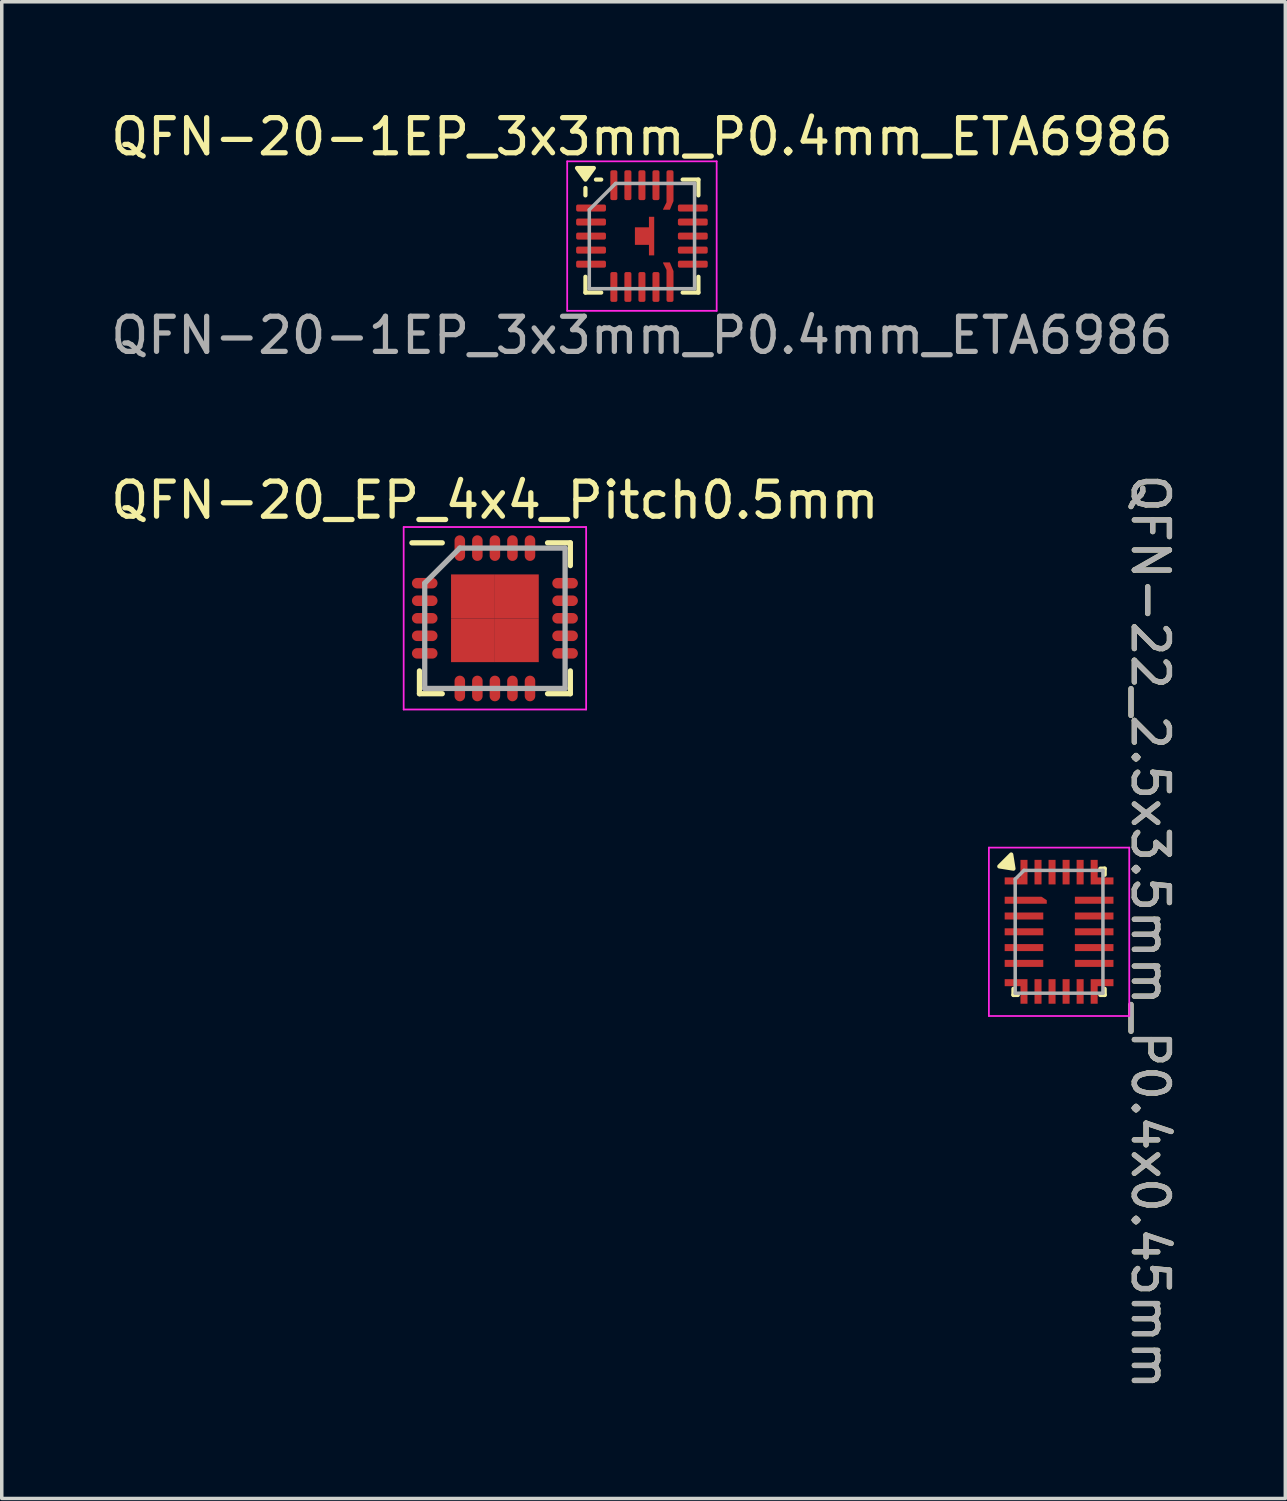
<source format=kicad_pcb>
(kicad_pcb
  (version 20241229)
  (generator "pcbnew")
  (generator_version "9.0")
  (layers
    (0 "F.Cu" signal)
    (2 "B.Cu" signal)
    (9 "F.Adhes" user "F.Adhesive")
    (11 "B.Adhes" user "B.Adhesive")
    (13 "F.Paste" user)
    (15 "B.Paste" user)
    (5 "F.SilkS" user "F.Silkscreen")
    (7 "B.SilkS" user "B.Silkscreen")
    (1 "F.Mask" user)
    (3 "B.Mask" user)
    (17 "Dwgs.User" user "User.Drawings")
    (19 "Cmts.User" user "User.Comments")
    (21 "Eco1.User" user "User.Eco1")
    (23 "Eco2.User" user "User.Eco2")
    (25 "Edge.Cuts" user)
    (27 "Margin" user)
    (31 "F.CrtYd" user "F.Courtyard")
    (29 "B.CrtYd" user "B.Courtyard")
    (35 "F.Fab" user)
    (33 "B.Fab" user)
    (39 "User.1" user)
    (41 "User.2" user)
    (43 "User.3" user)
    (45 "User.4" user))
  (footprint "QFN-22_2.5x3.5mm_P0.4x0.45mm"
    (layer "F.Cu")
    (at 27.132 23.505)
    (property "Reference" "QFN-22_2.5x3.5mm_P0.4x0.45mm" (at 2.6 0 270) (unlocked yes) (layer "F.SilkS") (effects (font (size 1 1) (thickness 0.15))))
    (attr smd)
    (fp_line (start -1.3 1.8) (end -1.3 1.625) (stroke (width 0.12) (type solid)) (layer "F.SilkS"))
    (fp_line (start -1.175 1.8) (end -1.3 1.8) (stroke (width 0.12) (type solid)) (layer "F.SilkS"))
    (fp_line (start 1.175 -1.8) (end 1.3 -1.8) (stroke (width 0.12) (type solid)) (layer "F.SilkS"))
    (fp_line (start 1.175 1.8) (end 1.3 1.8) (stroke (width 0.12) (type solid)) (layer "F.SilkS"))
    (fp_line (start 1.3 -1.8) (end 1.3 -1.625) (stroke (width 0.12) (type solid)) (layer "F.SilkS"))
    (fp_line (start 1.3 1.8) (end 1.3 1.625) (stroke (width 0.12) (type solid)) (layer "F.SilkS"))
    (fp_poly (pts (xy -1.3 -1.8) (xy -1.703 -1.864) (xy -1.364 -2.203) (xy -1.3 -1.8)) (stroke (width 0.12) (type solid)) (fill yes) (layer "F.SilkS"))
    (fp_line (start -2 -2.4) (end -2 2.4) (stroke (width 0.05) (type solid)) (layer "F.CrtYd"))
    (fp_line (start -2 2.4) (end 2 2.4) (stroke (width 0.05) (type solid)) (layer "F.CrtYd"))
    (fp_line (start 2 -2.4) (end -2 -2.4) (stroke (width 0.05) (type solid)) (layer "F.CrtYd"))
    (fp_line (start 2 2.4) (end 2 -2.4) (stroke (width 0.05) (type solid)) (layer "F.CrtYd"))
    (fp_line (start -1.25 -1.5) (end -1.25 1.75) (stroke (width 0.1) (type solid)) (layer "F.Fab"))
    (fp_line (start -1.25 -1.5) (end -1 -1.75) (stroke (width 0.1) (type solid)) (layer "F.Fab"))
    (fp_line (start -1.25 1.75) (end 1.25 1.75) (stroke (width 0.1) (type solid)) (layer "F.Fab"))
    (fp_line (start 1.25 -1.75) (end -1 -1.75) (stroke (width 0.1) (type solid)) (layer "F.Fab"))
    (fp_line (start 1.25 1.75) (end 1.25 -1.75) (stroke (width 0.1) (type solid)) (layer "F.Fab"))
    (fp_text user "${REFERENCE}" (at 2.6 0 270) (unlocked yes) (layer "F.Fab") (effects (font (size 1 1) (thickness 0.15))))
    (pad "1" smd custom (at -0.95 -0.9) (size 0.127 0.127) (layers "F.Cu" "F.Mask" "F.Paste") (options (anchor rect)) (primitives (gr_poly (pts (xy -0.6 -0.1) (xy -0.6 0.1) (xy 0.6 0.1) (xy 0.6 0.000001) (xy 0.45 -0.1)) (width 0) (fill yes))))
    (pad "2" smd rect (at -1 -0.45) (size 1.1 0.2) (layers "F.Cu" "F.Mask" "F.Paste"))
    (pad "3" smd rect (at -1 0) (size 1.1 0.2) (layers "F.Cu" "F.Mask" "F.Paste"))
    (pad "4" smd rect (at -1 0.45) (size 1.1 0.2) (layers "F.Cu" "F.Mask" "F.Paste"))
    (pad "5" smd rect (at -1 0.9) (size 1.1 0.2) (layers "F.Cu" "F.Mask" "F.Paste"))
    (pad "6" smd custom (at -1 1.7 90) (size 0.127 0.127) (layers "F.Cu" "F.Mask" "F.Paste") (options (anchor rect)) (primitives (gr_poly (pts (xy 0.35 -0.55) (xy 0.35 0.1) (xy -0.35 0.1) (xy -0.35 -0.1) (xy 0.15 -0.1) (xy 0.15 -0.55)) (width 0) (fill yes))))
    (pad "7" smd rect (at -0.6 1.7 90) (size 0.7 0.2) (layers "F.Cu" "F.Mask" "F.Paste"))
    (pad "8" smd rect (at -0.2 1.7 90) (size 0.7 0.2) (layers "F.Cu" "F.Mask" "F.Paste"))
    (pad "9" smd rect (at 0.2 1.7 90) (size 0.7 0.2) (layers "F.Cu" "F.Mask" "F.Paste"))
    (pad "10" smd rect (at 0.6 1.7 90) (size 0.7 0.2) (layers "F.Cu" "F.Mask" "F.Paste"))
    (pad "11" smd custom (at 1 1.7 90) (size 0.127 0.127) (layers "F.Cu" "F.Mask" "F.Paste") (options (anchor rect)) (primitives (gr_poly (pts (xy 0.35 0.55) (xy 0.35 -0.1) (xy -0.35 -0.1) (xy -0.35 0.1) (xy 0.15 0.1) (xy 0.15 0.55)) (width 0) (fill yes))))
    (pad "12" smd rect (at 1 0.9) (size 1.1 0.2) (layers "F.Cu" "F.Mask" "F.Paste"))
    (pad "13" smd rect (at 1 0.45) (size 1.1 0.2) (layers "F.Cu" "F.Mask" "F.Paste"))
    (pad "14" smd rect (at 1 0) (size 1.1 0.2) (layers "F.Cu" "F.Mask" "F.Paste"))
    (pad "15" smd rect (at 1 -0.45) (size 1.1 0.2) (layers "F.Cu" "F.Mask" "F.Paste"))
    (pad "16" smd rect (at 1 -0.9) (size 1.1 0.2) (layers "F.Cu" "F.Mask" "F.Paste"))
    (pad "17" smd custom (at 1 -1.7 90) (size 0.127 0.127) (layers "F.Cu" "F.Mask" "F.Paste") (options (anchor rect)) (primitives (gr_poly (pts (xy -0.35 0.55) (xy -0.35 -0.1) (xy 0.35 -0.1) (xy 0.35 0.1) (xy -0.15 0.1) (xy -0.15 0.55)) (width 0) (fill yes))))
    (pad "18" smd rect (at 0.6 -1.7 90) (size 0.7 0.2) (layers "F.Cu" "F.Mask" "F.Paste"))
    (pad "19" smd rect (at 0.2 -1.7 90) (size 0.7 0.2) (layers "F.Cu" "F.Mask" "F.Paste"))
    (pad "20" smd rect (at -0.2 -1.7 90) (size 0.7 0.2) (layers "F.Cu" "F.Mask" "F.Paste"))
    (pad "21" smd rect (at -0.6 -1.7 90) (size 0.7 0.2) (layers "F.Cu" "F.Mask" "F.Paste"))
    (pad "22" smd custom (at -1 -1.7 90) (size 0.127 0.127) (layers "F.Cu" "F.Mask" "F.Paste") (options (anchor rect)) (primitives (gr_poly (pts (xy -0.35 -0.55) (xy -0.35 0.1) (xy 0.35 0.1) (xy 0.35 -0.1) (xy -0.15 -0.1) (xy -0.15 -0.55)) (width 0) (fill yes)))))
  (footprint "QFN-20-1EP_3x3mm_P0.4mm_ETA6986"
    (layer "F.Cu")
    (at 15.244 3.678)
    (property "Reference" "QFN-20-1EP_3x3mm_P0.4mm_ETA6986" (at 0 -2.83 0) (layer "F.SilkS") (effects (font (size 1 1) (thickness 0.15))))
    (attr smd)
    (fp_line (start -1.61 -1.16) (end -1.61 -1.37) (stroke (width 0.12) (type solid)) (layer "F.SilkS"))
    (fp_line (start -1.61 1.61) (end -1.61 1.16) (stroke (width 0.12) (type solid)) (layer "F.SilkS"))
    (fp_line (start -1.16 -1.61) (end -1.31 -1.61) (stroke (width 0.12) (type solid)) (layer "F.SilkS"))
    (fp_line (start -1.16 1.61) (end -1.61 1.61) (stroke (width 0.12) (type solid)) (layer "F.SilkS"))
    (fp_line (start 1.16 -1.61) (end 1.61 -1.61) (stroke (width 0.12) (type solid)) (layer "F.SilkS"))
    (fp_line (start 1.16 1.61) (end 1.61 1.61) (stroke (width 0.12) (type solid)) (layer "F.SilkS"))
    (fp_line (start 1.61 -1.61) (end 1.61 -1.16) (stroke (width 0.12) (type solid)) (layer "F.SilkS"))
    (fp_line (start 1.61 1.61) (end 1.61 1.16) (stroke (width 0.12) (type solid)) (layer "F.SilkS"))
    (fp_poly (pts (xy -1.61 -1.61) (xy -1.85 -1.94) (xy -1.37 -1.94) (xy -1.61 -1.61)) (stroke (width 0.12) (type solid)) (fill yes) (layer "F.SilkS"))
    (fp_line (start -2.13 -2.13) (end -2.13 2.13) (stroke (width 0.05) (type solid)) (layer "F.CrtYd"))
    (fp_line (start -2.13 2.13) (end 2.13 2.13) (stroke (width 0.05) (type solid)) (layer "F.CrtYd"))
    (fp_line (start 2.13 -2.13) (end -2.13 -2.13) (stroke (width 0.05) (type solid)) (layer "F.CrtYd"))
    (fp_line (start 2.13 2.13) (end 2.13 -2.13) (stroke (width 0.05) (type solid)) (layer "F.CrtYd"))
    (fp_line (start -1.5 -0.75) (end -0.75 -1.5) (stroke (width 0.1) (type solid)) (layer "F.Fab"))
    (fp_line (start -1.5 1.5) (end -1.5 -0.75) (stroke (width 0.1) (type solid)) (layer "F.Fab"))
    (fp_line (start -0.75 -1.5) (end 1.5 -1.5) (stroke (width 0.1) (type solid)) (layer "F.Fab"))
    (fp_line (start 1.5 -1.5) (end 1.5 1.5) (stroke (width 0.1) (type solid)) (layer "F.Fab"))
    (fp_line (start 1.5 1.5) (end -1.5 1.5) (stroke (width 0.1) (type solid)) (layer "F.Fab"))
    (fp_text user "${REFERENCE}" (at 0 2.83 180) (layer "F.Fab") (effects (font (size 1 1) (thickness 0.15))))
    (pad "1" smd roundrect (at -1.45 -0.8) (size 0.85 0.2) (layers "F.Cu" "F.Mask" "F.Paste") (roundrect_rratio 0.25))
    (pad "2" smd roundrect (at -1.45 -0.4) (size 0.85 0.2) (layers "F.Cu" "F.Mask" "F.Paste") (roundrect_rratio 0.25))
    (pad "3" smd roundrect (at -1.45 0) (size 0.85 0.2) (layers "F.Cu" "F.Mask" "F.Paste") (roundrect_rratio 0.25))
    (pad "4" smd roundrect (at -1.45 0.4) (size 0.85 0.2) (layers "F.Cu" "F.Mask" "F.Paste") (roundrect_rratio 0.25))
    (pad "5" smd roundrect (at -1.45 0.8) (size 0.85 0.2) (layers "F.Cu" "F.Mask" "F.Paste") (roundrect_rratio 0.25))
    (pad "6" smd roundrect (at -0.8 1.45) (size 0.2 0.85) (layers "F.Cu" "F.Mask" "F.Paste") (roundrect_rratio 0.25))
    (pad "7" smd roundrect (at -0.4 1.45) (size 0.2 0.85) (layers "F.Cu" "F.Mask" "F.Paste") (roundrect_rratio 0.25))
    (pad "8" smd roundrect (at 0 1.45) (size 0.2 0.85) (layers "F.Cu" "F.Mask" "F.Paste") (roundrect_rratio 0.25))
    (pad "9" smd roundrect (at 0.4 1.45) (size 0.2 0.85) (layers "F.Cu" "F.Mask" "F.Paste") (roundrect_rratio 0.25))
    (pad "10" smd custom (at 0.8 1.45) (size 0.2 0.2) (layers "F.Cu" "F.Mask" "F.Paste") (options (anchor circle)) (primitives (gr_poly (pts (xy -0.1 -0.375) (xy -0.096 -0.394) (xy -0.085 -0.41) (xy -0.069 -0.421) (xy -0.05 -0.425) (xy 0.05 -0.425) (xy 0.069 -0.421) (xy 0.085 -0.41) (xy 0.096 -0.394) (xy 0.1 -0.375) (xy 0.1 0.375) (xy 0.096 0.394) (xy 0.085 0.41) (xy 0.069 0.421) (xy 0.05 0.425) (xy -0.05 0.425) (xy -0.069 0.421) (xy -0.085 0.41) (xy -0.096 0.394) (xy -0.1 0.375)) (width 0) (fill yes)) (gr_poly (pts (xy -0.19 -0.69) (xy -0.01 -0.69) (xy 0.09 -0.45) (xy 0.09 -0.35) (xy -0.09 -0.35) (xy -0.09 -0.49)) (width 0.02) (fill yes))))
    (pad "11" smd roundrect (at 1.45 0.8) (size 0.85 0.2) (layers "F.Cu" "F.Mask" "F.Paste") (roundrect_rratio 0.25))
    (pad "12" smd roundrect (at 1.45 0.4) (size 0.85 0.2) (layers "F.Cu" "F.Mask" "F.Paste") (roundrect_rratio 0.25))
    (pad "13" smd roundrect (at 1.45 0) (size 0.85 0.2) (layers "F.Cu" "F.Mask" "F.Paste") (roundrect_rratio 0.25))
    (pad "14" smd roundrect (at 1.45 -0.4) (size 0.85 0.2) (layers "F.Cu" "F.Mask" "F.Paste") (roundrect_rratio 0.25))
    (pad "15" smd roundrect (at 1.45 -0.8) (size 0.85 0.2) (layers "F.Cu" "F.Mask" "F.Paste") (roundrect_rratio 0.25))
    (pad "16" smd custom (at 0.8 -1.45) (size 0.2 0.2) (layers "F.Cu" "F.Mask" "F.Paste") (options (anchor circle)) (primitives (gr_poly (pts (xy -0.1 -0.375) (xy -0.096 -0.394) (xy -0.085 -0.41) (xy -0.069 -0.421) (xy -0.05 -0.425) (xy 0.05 -0.425) (xy 0.069 -0.421) (xy 0.085 -0.41) (xy 0.096 -0.394) (xy 0.1 -0.375) (xy 0.1 0.375) (xy 0.096 0.394) (xy 0.085 0.41) (xy 0.069 0.421) (xy 0.05 0.425) (xy -0.05 0.425) (xy -0.069 0.421) (xy -0.085 0.41) (xy -0.096 0.394) (xy -0.1 0.375)) (width 0) (fill yes)) (gr_poly (pts (xy -0.19 0.69) (xy -0.01 0.69) (xy 0.09 0.45) (xy 0.09 0.35) (xy -0.09 0.35) (xy -0.09 0.49)) (width 0.02) (fill yes))))
    (pad "17" smd roundrect (at 0.4 -1.45) (size 0.2 0.85) (layers "F.Cu" "F.Mask" "F.Paste") (roundrect_rratio 0.25))
    (pad "18" smd roundrect (at 0 -1.45) (size 0.2 0.85) (layers "F.Cu" "F.Mask" "F.Paste") (roundrect_rratio 0.25))
    (pad "19" smd roundrect (at -0.4 -1.45) (size 0.2 0.85) (layers "F.Cu" "F.Mask" "F.Paste") (roundrect_rratio 0.25))
    (pad "20" smd roundrect (at -0.8 -1.45) (size 0.2 0.85) (layers "F.Cu" "F.Mask" "F.Paste") (roundrect_rratio 0.25))
    (pad "21" smd custom (at 0.275 0) (size 0.15 1.1) (property pad_prop_heatsink) (layers "F.Cu" "F.Mask" "F.Paste") (options (anchor rect)) (primitives (gr_rect (start -0.475 -0.25) (end 0 0.25) (width 0) (fill yes)))))
  (footprint "QFN-20_EP_4x4_Pitch0.5mm"
    (layer "F.Cu")
    (at 11.054 14.57)
    (property "Reference" "QFN-20_EP_4x4_Pitch0.5mm" (at 0 -3.365 0) (layer "F.SilkS") (effects (font (size 1 1) (thickness 0.15))))
    (attr smd)
    (fp_line (start -2.15 2.15) (end -2.15 1.5) (stroke (width 0.15) (type solid)) (layer "F.SilkS"))
    (fp_line (start -1.5 -2.15) (end -2.365 -2.15) (stroke (width 0.15) (type solid)) (layer "F.SilkS"))
    (fp_line (start -1.5 2.15) (end -2.15 2.15) (stroke (width 0.15) (type solid)) (layer "F.SilkS"))
    (fp_line (start 1.5 -2.15) (end 2.15 -2.15) (stroke (width 0.15) (type solid)) (layer "F.SilkS"))
    (fp_line (start 1.5 2.15) (end 2.15 2.15) (stroke (width 0.15) (type solid)) (layer "F.SilkS"))
    (fp_line (start 2.15 -2.15) (end 2.15 -1.5) (stroke (width 0.15) (type solid)) (layer "F.SilkS"))
    (fp_line (start 2.15 2.15) (end 2.15 1.5) (stroke (width 0.15) (type solid)) (layer "F.SilkS"))
    (fp_line (start -2.6 -2.6) (end 2.6 -2.6) (stroke (width 0.05) (type solid)) (layer "F.CrtYd"))
    (fp_line (start -2.6 2.6) (end -2.6 -2.6) (stroke (width 0.05) (type solid)) (layer "F.CrtYd"))
    (fp_line (start 2.6 -2.6) (end 2.6 2.6) (stroke (width 0.05) (type solid)) (layer "F.CrtYd"))
    (fp_line (start 2.6 2.6) (end -2.6 2.6) (stroke (width 0.05) (type solid)) (layer "F.CrtYd"))
    (fp_line (start -2 -1) (end -2 2) (stroke (width 0.15) (type solid)) (layer "F.Fab"))
    (fp_line (start -2 2) (end 2 2) (stroke (width 0.15) (type solid)) (layer "F.Fab"))
    (fp_line (start -1 -2) (end -2 -1) (stroke (width 0.15) (type solid)) (layer "F.Fab"))
    (fp_line (start 2 -2) (end -1 -2) (stroke (width 0.15) (type solid)) (layer "F.Fab"))
    (fp_line (start 2 2) (end 2 -2) (stroke (width 0.15) (type solid)) (layer "F.Fab"))
    (pad "1" smd oval (at -2 -1 90) (size 0.3 0.73) (layers "F.Cu" "F.Mask" "F.Paste"))
    (pad "2" smd oval (at -2 -0.5 90) (size 0.3 0.73) (layers "F.Cu" "F.Mask" "F.Paste"))
    (pad "3" smd oval (at -2 0 90) (size 0.3 0.73) (layers "F.Cu" "F.Mask" "F.Paste"))
    (pad "4" smd oval (at -2 0.5 90) (size 0.3 0.73) (layers "F.Cu" "F.Mask" "F.Paste"))
    (pad "5" smd oval (at -2 1 90) (size 0.3 0.73) (layers "F.Cu" "F.Mask" "F.Paste"))
    (pad "6" smd oval (at -1 2) (size 0.3 0.73) (layers "F.Cu" "F.Mask" "F.Paste"))
    (pad "7" smd oval (at -0.5 2) (size 0.3 0.73) (layers "F.Cu" "F.Mask" "F.Paste"))
    (pad "8" smd oval (at 0 2) (size 0.3 0.73) (layers "F.Cu" "F.Mask" "F.Paste"))
    (pad "9" smd oval (at 0.5 2) (size 0.3 0.73) (layers "F.Cu" "F.Mask" "F.Paste"))
    (pad "10" smd oval (at 1 2) (size 0.3 0.73) (layers "F.Cu" "F.Mask" "F.Paste"))
    (pad "11" smd oval (at 2 1 90) (size 0.3 0.73) (layers "F.Cu" "F.Mask" "F.Paste"))
    (pad "12" smd oval (at 2 0.5 90) (size 0.3 0.73) (layers "F.Cu" "F.Mask" "F.Paste"))
    (pad "13" smd oval (at 2 0 90) (size 0.3 0.73) (layers "F.Cu" "F.Mask" "F.Paste"))
    (pad "14" smd oval (at 2 -0.5 90) (size 0.3 0.73) (layers "F.Cu" "F.Mask" "F.Paste"))
    (pad "15" smd oval (at 2 -1 90) (size 0.3 0.73) (layers "F.Cu" "F.Mask" "F.Paste"))
    (pad "16" smd oval (at 1 -2) (size 0.3 0.73) (layers "F.Cu" "F.Mask" "F.Paste"))
    (pad "17" smd oval (at 0.5 -2) (size 0.3 0.73) (layers "F.Cu" "F.Mask" "F.Paste"))
    (pad "18" smd oval (at 0 -2) (size 0.3 0.73) (layers "F.Cu" "F.Mask" "F.Paste"))
    (pad "19" smd oval (at -0.5 -2) (size 0.3 0.73) (layers "F.Cu" "F.Mask" "F.Paste"))
    (pad "20" smd oval (at -1 -2) (size 0.3 0.73) (layers "F.Cu" "F.Mask" "F.Paste"))
    (pad "21" smd rect (at -0.625 -0.625) (size 1.25 1.25) (layers "F.Cu" "F.Mask" "F.Paste"))
    (pad "21" smd rect (at -0.625 0.625) (size 1.25 1.25) (layers "F.Cu" "F.Mask" "F.Paste"))
    (pad "21" smd rect (at 0.625 -0.625) (size 1.25 1.25) (layers "F.Cu" "F.Mask" "F.Paste"))
    (pad "21" smd rect (at 0.625 0.625) (size 1.25 1.25) (layers "F.Cu" "F.Mask" "F.Paste")))
  (gr_rect
    (start -3 -3)
    (end 33.58 39.654)
    (stroke (width 0.1) (type default))
    (fill no)
    (layer "Edge.Cuts")))
</source>
